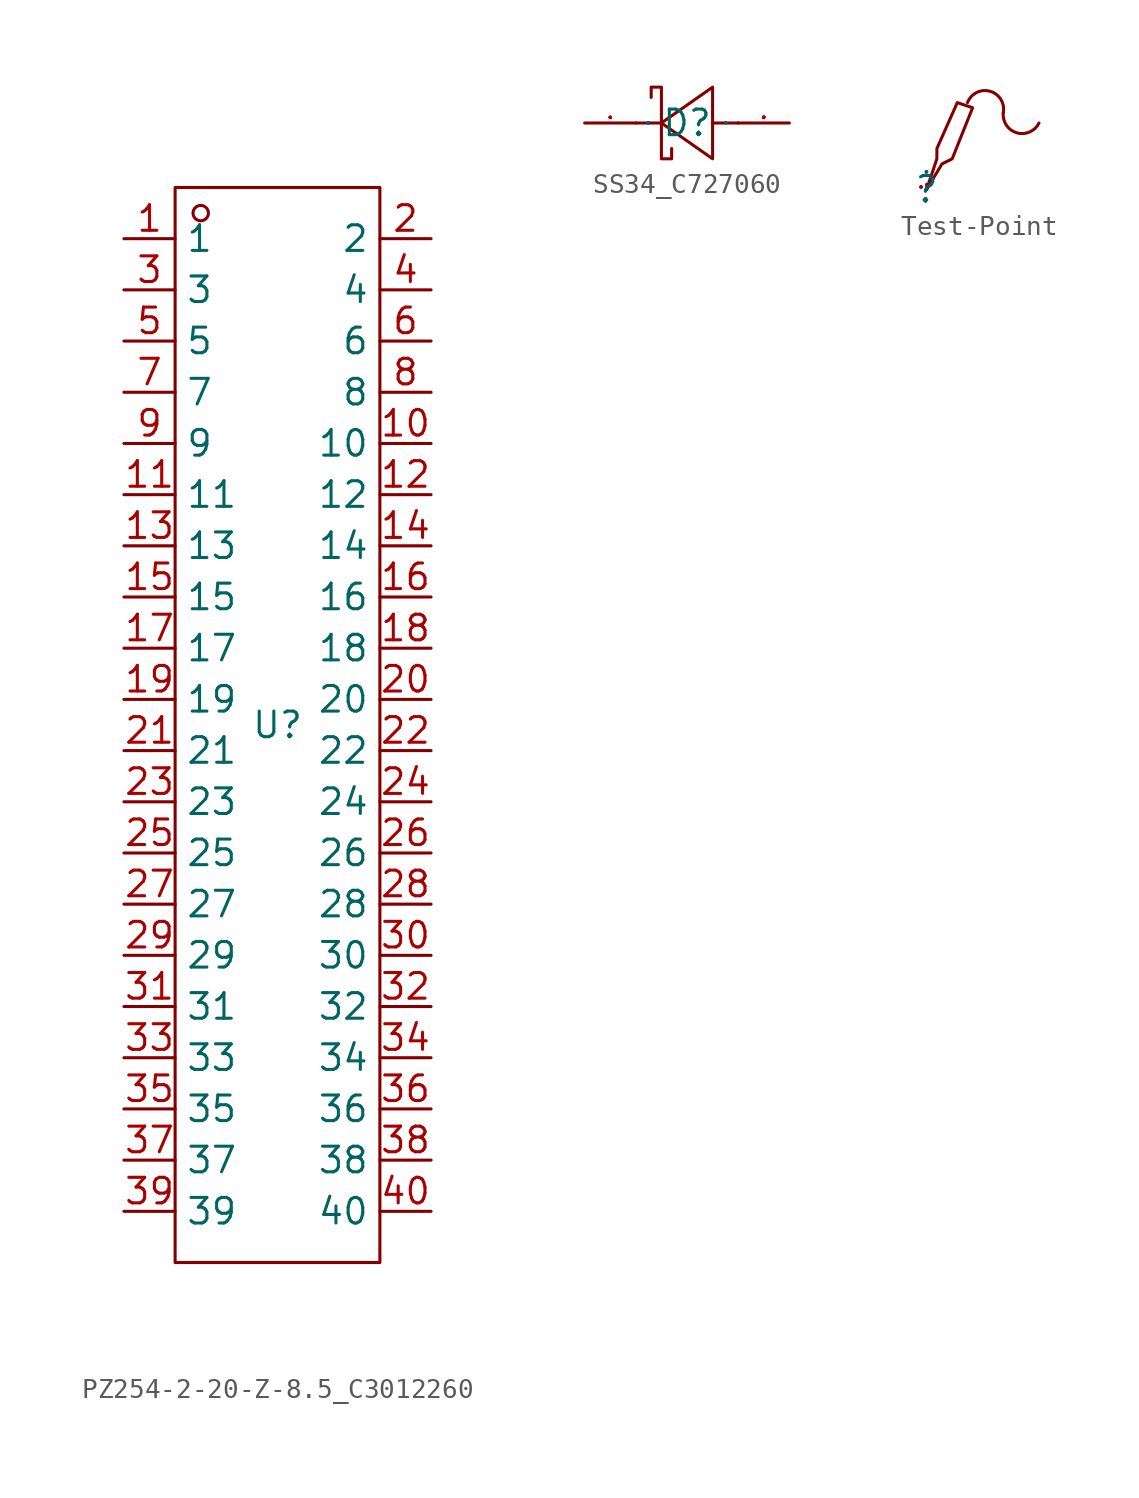
<source format=kicad_sym>
(kicad_symbol_lib
  (version 20241209)
  (generator "kicad_symbol_editor")
  (generator_version "9.0")
  (symbol "PZ254-2-20-Z-8.5_C3012260"
    (property "Reference" "U"
      (at 0 0 0)
      (effects (font (size 1.27 1.27))))
    (property "Value" ""
      (at 0 0 0)
      (effects (font (size 1.27 1.27))))
    (symbol "PZ254-2-20-Z-8.5_C3012260_1_0"
      (rectangle (start -5.08 -26.67) (end 5.08 26.67) (stroke (width 0) (type default)) (fill (type none)))
      (circle (center -3.81 25.4) (radius 0.381) (stroke (width 0) (type default)) (fill (type none)))
      (pin input line (at -7.62 24.13 0) (length 2.54) (name "1" (effects (font (size 1.27 1.27)))) (number "1" (effects (font (size 1.27 1.27)))))
      (pin input line (at -7.62 21.59 0) (length 2.54) (name "3" (effects (font (size 1.27 1.27)))) (number "3" (effects (font (size 1.27 1.27)))))
      (pin input line (at -7.62 19.05 0) (length 2.54) (name "5" (effects (font (size 1.27 1.27)))) (number "5" (effects (font (size 1.27 1.27)))))
      (pin input line (at -7.62 16.51 0) (length 2.54) (name "7" (effects (font (size 1.27 1.27)))) (number "7" (effects (font (size 1.27 1.27)))))
      (pin input line (at -7.62 13.97 0) (length 2.54) (name "9" (effects (font (size 1.27 1.27)))) (number "9" (effects (font (size 1.27 1.27)))))
      (pin input line (at -7.62 11.43 0) (length 2.54) (name "11" (effects (font (size 1.27 1.27)))) (number "11" (effects (font (size 1.27 1.27)))))
      (pin input line (at -7.62 8.89 0) (length 2.54) (name "13" (effects (font (size 1.27 1.27)))) (number "13" (effects (font (size 1.27 1.27)))))
      (pin input line (at -7.62 6.35 0) (length 2.54) (name "15" (effects (font (size 1.27 1.27)))) (number "15" (effects (font (size 1.27 1.27)))))
      (pin input line (at -7.62 3.81 0) (length 2.54) (name "17" (effects (font (size 1.27 1.27)))) (number "17" (effects (font (size 1.27 1.27)))))
      (pin input line (at -7.62 1.27 0) (length 2.54) (name "19" (effects (font (size 1.27 1.27)))) (number "19" (effects (font (size 1.27 1.27)))))
      (pin input line (at -7.62 -1.27 0) (length 2.54) (name "21" (effects (font (size 1.27 1.27)))) (number "21" (effects (font (size 1.27 1.27)))))
      (pin input line (at -7.62 -3.81 0) (length 2.54) (name "23" (effects (font (size 1.27 1.27)))) (number "23" (effects (font (size 1.27 1.27)))))
      (pin input line (at -7.62 -6.35 0) (length 2.54) (name "25" (effects (font (size 1.27 1.27)))) (number "25" (effects (font (size 1.27 1.27)))))
      (pin input line (at -7.62 -8.89 0) (length 2.54) (name "27" (effects (font (size 1.27 1.27)))) (number "27" (effects (font (size 1.27 1.27)))))
      (pin input line (at -7.62 -11.43 0) (length 2.54) (name "29" (effects (font (size 1.27 1.27)))) (number "29" (effects (font (size 1.27 1.27)))))
      (pin input line (at -7.62 -13.97 0) (length 2.54) (name "31" (effects (font (size 1.27 1.27)))) (number "31" (effects (font (size 1.27 1.27)))))
      (pin input line (at -7.62 -16.51 0) (length 2.54) (name "33" (effects (font (size 1.27 1.27)))) (number "33" (effects (font (size 1.27 1.27)))))
      (pin input line (at -7.62 -19.05 0) (length 2.54) (name "35" (effects (font (size 1.27 1.27)))) (number "35" (effects (font (size 1.27 1.27)))))
      (pin input line (at -7.62 -21.59 0) (length 2.54) (name "37" (effects (font (size 1.27 1.27)))) (number "37" (effects (font (size 1.27 1.27)))))
      (pin input line (at -7.62 -24.13 0) (length 2.54) (name "39" (effects (font (size 1.27 1.27)))) (number "39" (effects (font (size 1.27 1.27)))))
      (pin input line (at 7.62 24.13 180) (length 2.54) (name "2" (effects (font (size 1.27 1.27)))) (number "2" (effects (font (size 1.27 1.27)))))
      (pin input line (at 7.62 21.59 180) (length 2.54) (name "4" (effects (font (size 1.27 1.27)))) (number "4" (effects (font (size 1.27 1.27)))))
      (pin input line (at 7.62 19.05 180) (length 2.54) (name "6" (effects (font (size 1.27 1.27)))) (number "6" (effects (font (size 1.27 1.27)))))
      (pin input line (at 7.62 16.51 180) (length 2.54) (name "8" (effects (font (size 1.27 1.27)))) (number "8" (effects (font (size 1.27 1.27)))))
      (pin input line (at 7.62 13.97 180) (length 2.54) (name "10" (effects (font (size 1.27 1.27)))) (number "10" (effects (font (size 1.27 1.27)))))
      (pin input line (at 7.62 11.43 180) (length 2.54) (name "12" (effects (font (size 1.27 1.27)))) (number "12" (effects (font (size 1.27 1.27)))))
      (pin input line (at 7.62 8.89 180) (length 2.54) (name "14" (effects (font (size 1.27 1.27)))) (number "14" (effects (font (size 1.27 1.27)))))
      (pin input line (at 7.62 6.35 180) (length 2.54) (name "16" (effects (font (size 1.27 1.27)))) (number "16" (effects (font (size 1.27 1.27)))))
      (pin input line (at 7.62 3.81 180) (length 2.54) (name "18" (effects (font (size 1.27 1.27)))) (number "18" (effects (font (size 1.27 1.27)))))
      (pin input line (at 7.62 1.27 180) (length 2.54) (name "20" (effects (font (size 1.27 1.27)))) (number "20" (effects (font (size 1.27 1.27)))))
      (pin input line (at 7.62 -1.27 180) (length 2.54) (name "22" (effects (font (size 1.27 1.27)))) (number "22" (effects (font (size 1.27 1.27)))))
      (pin input line (at 7.62 -3.81 180) (length 2.54) (name "24" (effects (font (size 1.27 1.27)))) (number "24" (effects (font (size 1.27 1.27)))))
      (pin input line (at 7.62 -6.35 180) (length 2.54) (name "26" (effects (font (size 1.27 1.27)))) (number "26" (effects (font (size 1.27 1.27)))))
      (pin input line (at 7.62 -8.89 180) (length 2.54) (name "28" (effects (font (size 1.27 1.27)))) (number "28" (effects (font (size 1.27 1.27)))))
      (pin input line (at 7.62 -11.43 180) (length 2.54) (name "30" (effects (font (size 1.27 1.27)))) (number "30" (effects (font (size 1.27 1.27)))))
      (pin input line (at 7.62 -13.97 180) (length 2.54) (name "32" (effects (font (size 1.27 1.27)))) (number "32" (effects (font (size 1.27 1.27)))))
      (pin input line (at 7.62 -16.51 180) (length 2.54) (name "34" (effects (font (size 1.27 1.27)))) (number "34" (effects (font (size 1.27 1.27)))))
      (pin input line (at 7.62 -19.05 180) (length 2.54) (name "36" (effects (font (size 1.27 1.27)))) (number "36" (effects (font (size 1.27 1.27)))))
      (pin input line (at 7.62 -21.59 180) (length 2.54) (name "38" (effects (font (size 1.27 1.27)))) (number "38" (effects (font (size 1.27 1.27)))))
      (pin input line (at 7.62 -24.13 180) (length 2.54) (name "40" (effects (font (size 1.27 1.27)))) (number "40" (effects (font (size 1.27 1.27)))))))
  (symbol "SS34_C727060"
    (property "Reference" "D"
      (at 0 0 0)
      (effects (font (size 1.27 1.27))))
    (property "Value" ""
      (at 0 0 0)
      (effects (font (size 1.27 1.27))))
    (symbol "SS34_C727060_1_0"
      (polyline (pts (xy -1.778 1.27) (xy -1.778 1.778) (xy -1.778 1.778) (xy -1.27 1.778) (xy -1.27 1.778) (xy -1.27 -1.778) (xy -1.27 -1.778) (xy -0.762 -1.778) (xy -0.762 -1.778) (xy -0.762 -1.27)) (stroke (width 0) (type default)) (fill (type none)))
      (polyline (pts (xy -1.27 0) (xy -2.54 0)) (stroke (width 0) (type default)) (fill (type none)))
      (polyline (pts (xy 1.27 1.778) (xy -1.27 0) (xy -1.27 0) (xy 1.27 -1.778) (xy 1.27 -1.778) (xy 1.27 1.778)) (stroke (width 0) (type default)) (fill (type none)))
      (polyline (pts (xy 2.54 0) (xy 1.27 0)) (stroke (width 0) (type default)) (fill (type none)))
      (pin unspecified line (at -5.08 0 0) (length 2.54) (name "C" (effects (font (size 0.025 0.025)))) (number "1" (effects (font (size 0.025 0.025)))))
      (pin unspecified line (at 5.08 0 180) (length 2.54) (name "A" (effects (font (size 0.025 0.025)))) (number "2" (effects (font (size 0.025 0.025)))))))
  (symbol "Test-Point"
    (property "Reference" ""
      (at 0 0 0)
      (effects (font (size 1.27 1.27))))
    (property "Value" ""
      (at 0 0 0)
      (effects (font (size 1.27 1.27))))
    (symbol "Test-Point_1_0"
      (polyline (pts (xy 0 0) (xy 0.508 1.524) (xy 0.508 2.032) (xy 1.524 4.318) (xy 2.286 4.064) (xy 1.27 1.524) (xy 0.762 1.27) (xy 0 0)) (stroke (width 0) (type default)) (fill (type none)))
      (arc (start 2.032 4.318) (mid 3.302 4.826) (end 3.81 3.81) (stroke (width 0) (type default)) (fill (type none)))
      (arc (start 5.588 3.302) (mid 4.487 2.8141) (end 3.81 3.81) (stroke (width 0) (type default)) (fill (type none)))
      (pin input line (at 0 0 90) (length 0.254) (name "1" (effects (font (size 0.025 0.025)))) (number "1" (effects (font (size 0.025 0.025))))))))
</source>
